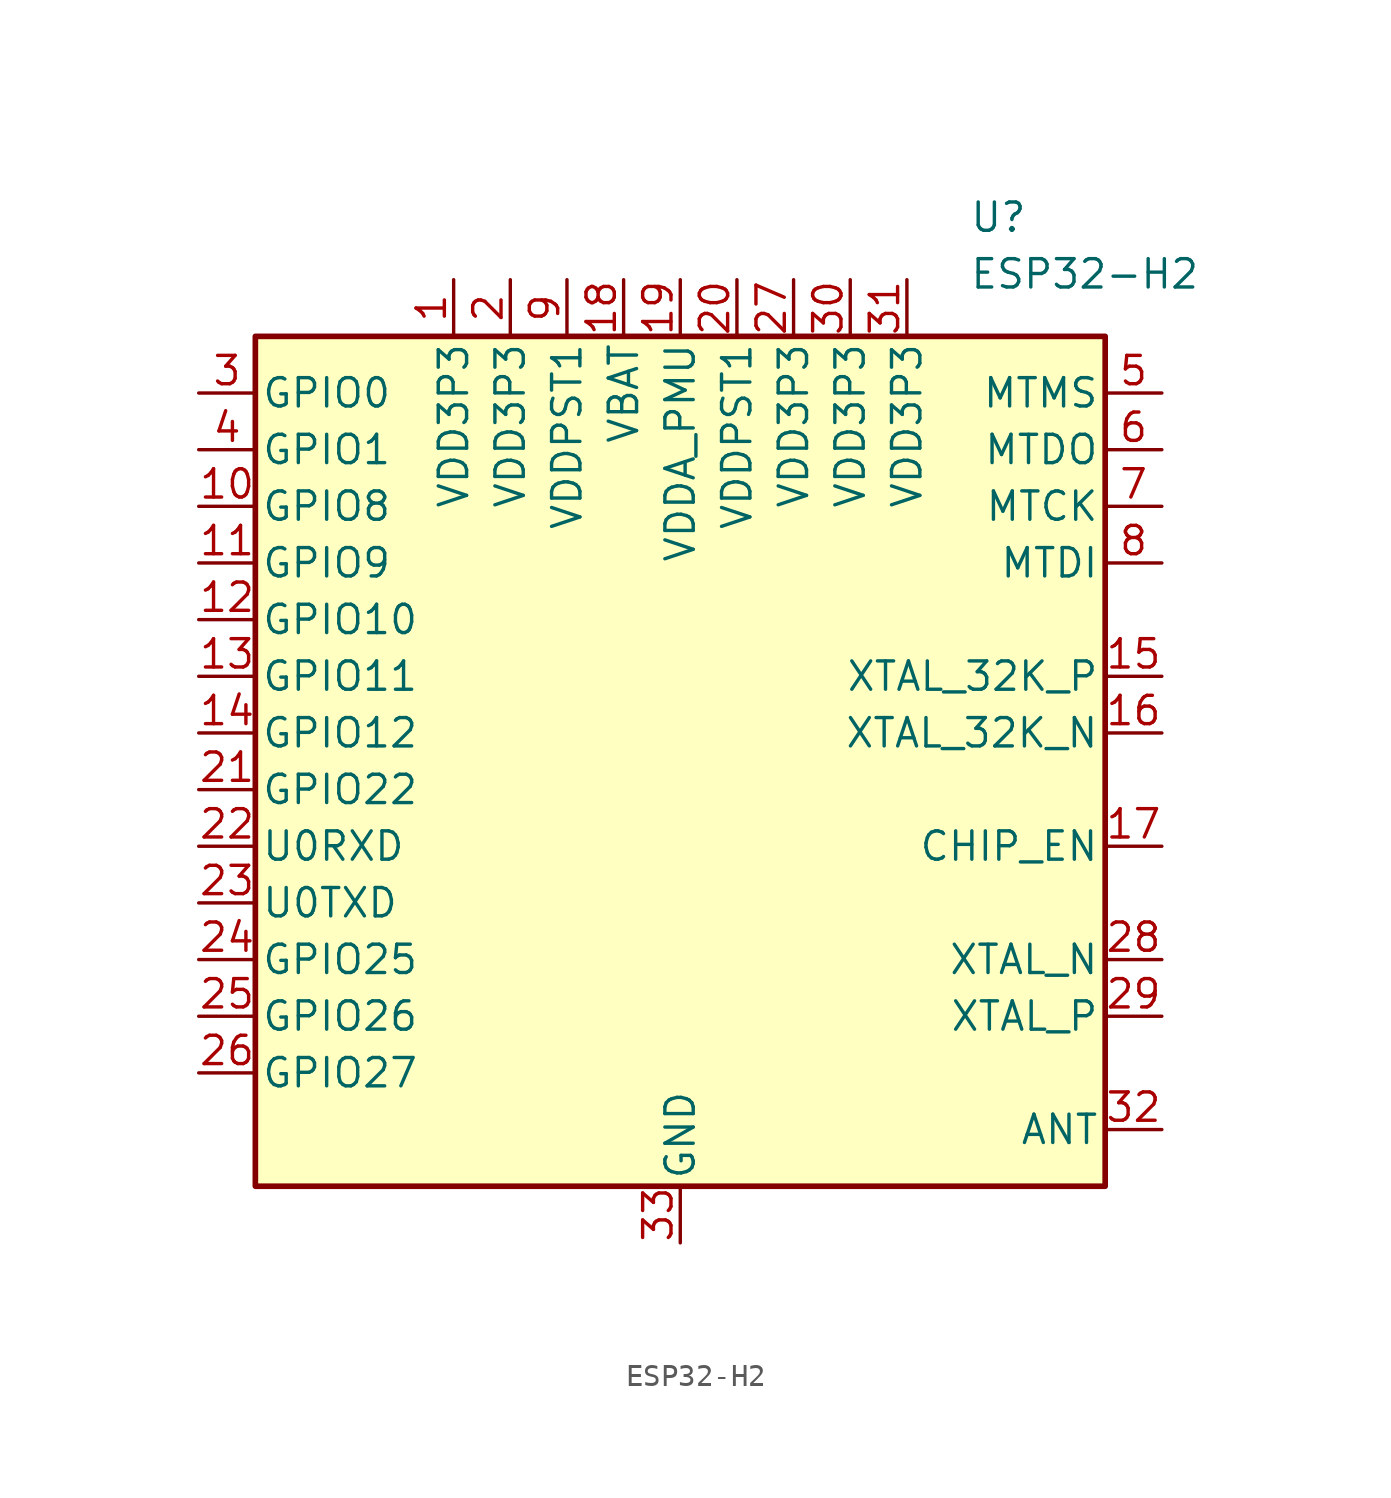
<source format=kicad_sym>
(kicad_symbol_lib
  (version 20241209)
  (generator "kicad_symbol_editor")
  (generator_version "9.0")
  (symbol "ESP32-H2"
    (pin_names
      (offset 0.254))
    (property "Reference" "U"
      (at 12.954 24.384 0)
      (effects (font (size 1.27 1.27)) (justify left)))
    (property "Value" "ESP32-H2"
      (at 12.954 21.844 0)
      (effects (font (size 1.27 1.27)) (justify left)))
    (symbol "ESP32-H2_1_1"
      (rectangle (start -19.05 19.05) (end 19.05 -19.05) (stroke (width 0.254) (type default)) (fill (type background)))
      (pin bidirectional line (at -21.59 16.51 0) (length 2.54) (name "GPIO0" (effects (font (size 1.27 1.27)))) (number "3" (effects (font (size 1.27 1.27)))))
      (pin bidirectional line (at -21.59 13.97 0) (length 2.54) (name "GPIO1" (effects (font (size 1.27 1.27)))) (number "4" (effects (font (size 1.27 1.27)))))
      (pin bidirectional line (at -21.59 11.43 0) (length 2.54) (name "GPIO8" (effects (font (size 1.27 1.27)))) (number "10" (effects (font (size 1.27 1.27)))))
      (pin bidirectional line (at -21.59 8.89 0) (length 2.54) (name "GPIO9" (effects (font (size 1.27 1.27)))) (number "11" (effects (font (size 1.27 1.27)))))
      (pin bidirectional line (at -21.59 6.35 0) (length 2.54) (name "GPIO10" (effects (font (size 1.27 1.27)))) (number "12" (effects (font (size 1.27 1.27)))))
      (pin bidirectional line (at -21.59 3.81 0) (length 2.54) (name "GPIO11" (effects (font (size 1.27 1.27)))) (number "13" (effects (font (size 1.27 1.27)))))
      (pin bidirectional line (at -21.59 1.27 0) (length 2.54) (name "GPIO12" (effects (font (size 1.27 1.27)))) (number "14" (effects (font (size 1.27 1.27)))))
      (pin bidirectional line (at -21.59 -1.27 0) (length 2.54) (name "GPIO22" (effects (font (size 1.27 1.27)))) (number "21" (effects (font (size 1.27 1.27)))))
      (pin bidirectional line (at -21.59 -3.81 0) (length 2.54) (name "U0RXD" (effects (font (size 1.27 1.27)))) (number "22" (effects (font (size 1.27 1.27)))))
      (pin bidirectional line (at -21.59 -6.35 0) (length 2.54) (name "U0TXD" (effects (font (size 1.27 1.27)))) (number "23" (effects (font (size 1.27 1.27)))))
      (pin bidirectional line (at -21.59 -8.89 0) (length 2.54) (name "GPIO25" (effects (font (size 1.27 1.27)))) (number "24" (effects (font (size 1.27 1.27)))))
      (pin bidirectional line (at -21.59 -11.43 0) (length 2.54) (name "GPIO26" (effects (font (size 1.27 1.27)))) (number "25" (effects (font (size 1.27 1.27)))))
      (pin bidirectional line (at -21.59 -13.97 0) (length 2.54) (name "GPIO27" (effects (font (size 1.27 1.27)))) (number "26" (effects (font (size 1.27 1.27)))))
      (pin power_in line (at -10.16 21.59 270) (length 2.54) (name "VDD3P3" (effects (font (size 1.27 1.27)))) (number "1" (effects (font (size 1.27 1.27)))))
      (pin power_in line (at -7.62 21.59 270) (length 2.54) (name "VDD3P3" (effects (font (size 1.27 1.27)))) (number "2" (effects (font (size 1.27 1.27)))))
      (pin power_in line (at -5.08 21.59 270) (length 2.54) (name "VDDPST1" (effects (font (size 1.27 1.27)))) (number "9" (effects (font (size 1.27 1.27)))))
      (pin power_in line (at -2.54 21.59 270) (length 2.54) (name "VBAT" (effects (font (size 1.27 1.27)))) (number "18" (effects (font (size 1.27 1.27)))))
      (pin power_in line (at 0 21.59 270) (length 2.54) (name "VDDA_PMU" (effects (font (size 1.27 1.27)))) (number "19" (effects (font (size 1.27 1.27)))))
      (pin power_in line (at 0 -21.59 90) (length 2.54) (name "GND" (effects (font (size 1.27 1.27)))) (number "33" (effects (font (size 1.27 1.27)))))
      (pin power_in line (at 2.54 21.59 270) (length 2.54) (name "VDDPST1" (effects (font (size 1.27 1.27)))) (number "20" (effects (font (size 1.27 1.27)))))
      (pin power_in line (at 5.08 21.59 270) (length 2.54) (name "VDD3P3" (effects (font (size 1.27 1.27)))) (number "27" (effects (font (size 1.27 1.27)))))
      (pin power_in line (at 7.62 21.59 270) (length 2.54) (name "VDD3P3" (effects (font (size 1.27 1.27)))) (number "30" (effects (font (size 1.27 1.27)))))
      (pin power_in line (at 10.16 21.59 270) (length 2.54) (name "VDD3P3" (effects (font (size 1.27 1.27)))) (number "31" (effects (font (size 1.27 1.27)))))
      (pin bidirectional line (at 21.59 16.51 180) (length 2.54) (name "MTMS" (effects (font (size 1.27 1.27)))) (number "5" (effects (font (size 1.27 1.27)))))
      (pin bidirectional line (at 21.59 13.97 180) (length 2.54) (name "MTDO" (effects (font (size 1.27 1.27)))) (number "6" (effects (font (size 1.27 1.27)))))
      (pin bidirectional line (at 21.59 11.43 180) (length 2.54) (name "MTCK" (effects (font (size 1.27 1.27)))) (number "7" (effects (font (size 1.27 1.27)))))
      (pin bidirectional line (at 21.59 8.89 180) (length 2.54) (name "MTDI" (effects (font (size 1.27 1.27)))) (number "8" (effects (font (size 1.27 1.27)))))
      (pin input line (at 21.59 3.81 180) (length 2.54) (name "XTAL_32K_P" (effects (font (size 1.27 1.27)))) (number "15" (effects (font (size 1.27 1.27)))))
      (pin input line (at 21.59 1.27 180) (length 2.54) (name "XTAL_32K_N" (effects (font (size 1.27 1.27)))) (number "16" (effects (font (size 1.27 1.27)))))
      (pin input line (at 21.59 -3.81 180) (length 2.54) (name "CHIP_EN" (effects (font (size 1.27 1.27)))) (number "17" (effects (font (size 1.27 1.27)))))
      (pin output line (at 21.59 -8.89 180) (length 2.54) (name "XTAL_N" (effects (font (size 1.27 1.27)))) (number "28" (effects (font (size 1.27 1.27)))))
      (pin input line (at 21.59 -11.43 180) (length 2.54) (name "XTAL_P" (effects (font (size 1.27 1.27)))) (number "29" (effects (font (size 1.27 1.27)))))
      (pin passive line (at 21.59 -16.51 180) (length 2.54) (name "ANT" (effects (font (size 1.27 1.27)))) (number "32" (effects (font (size 1.27 1.27))))))))
</source>
